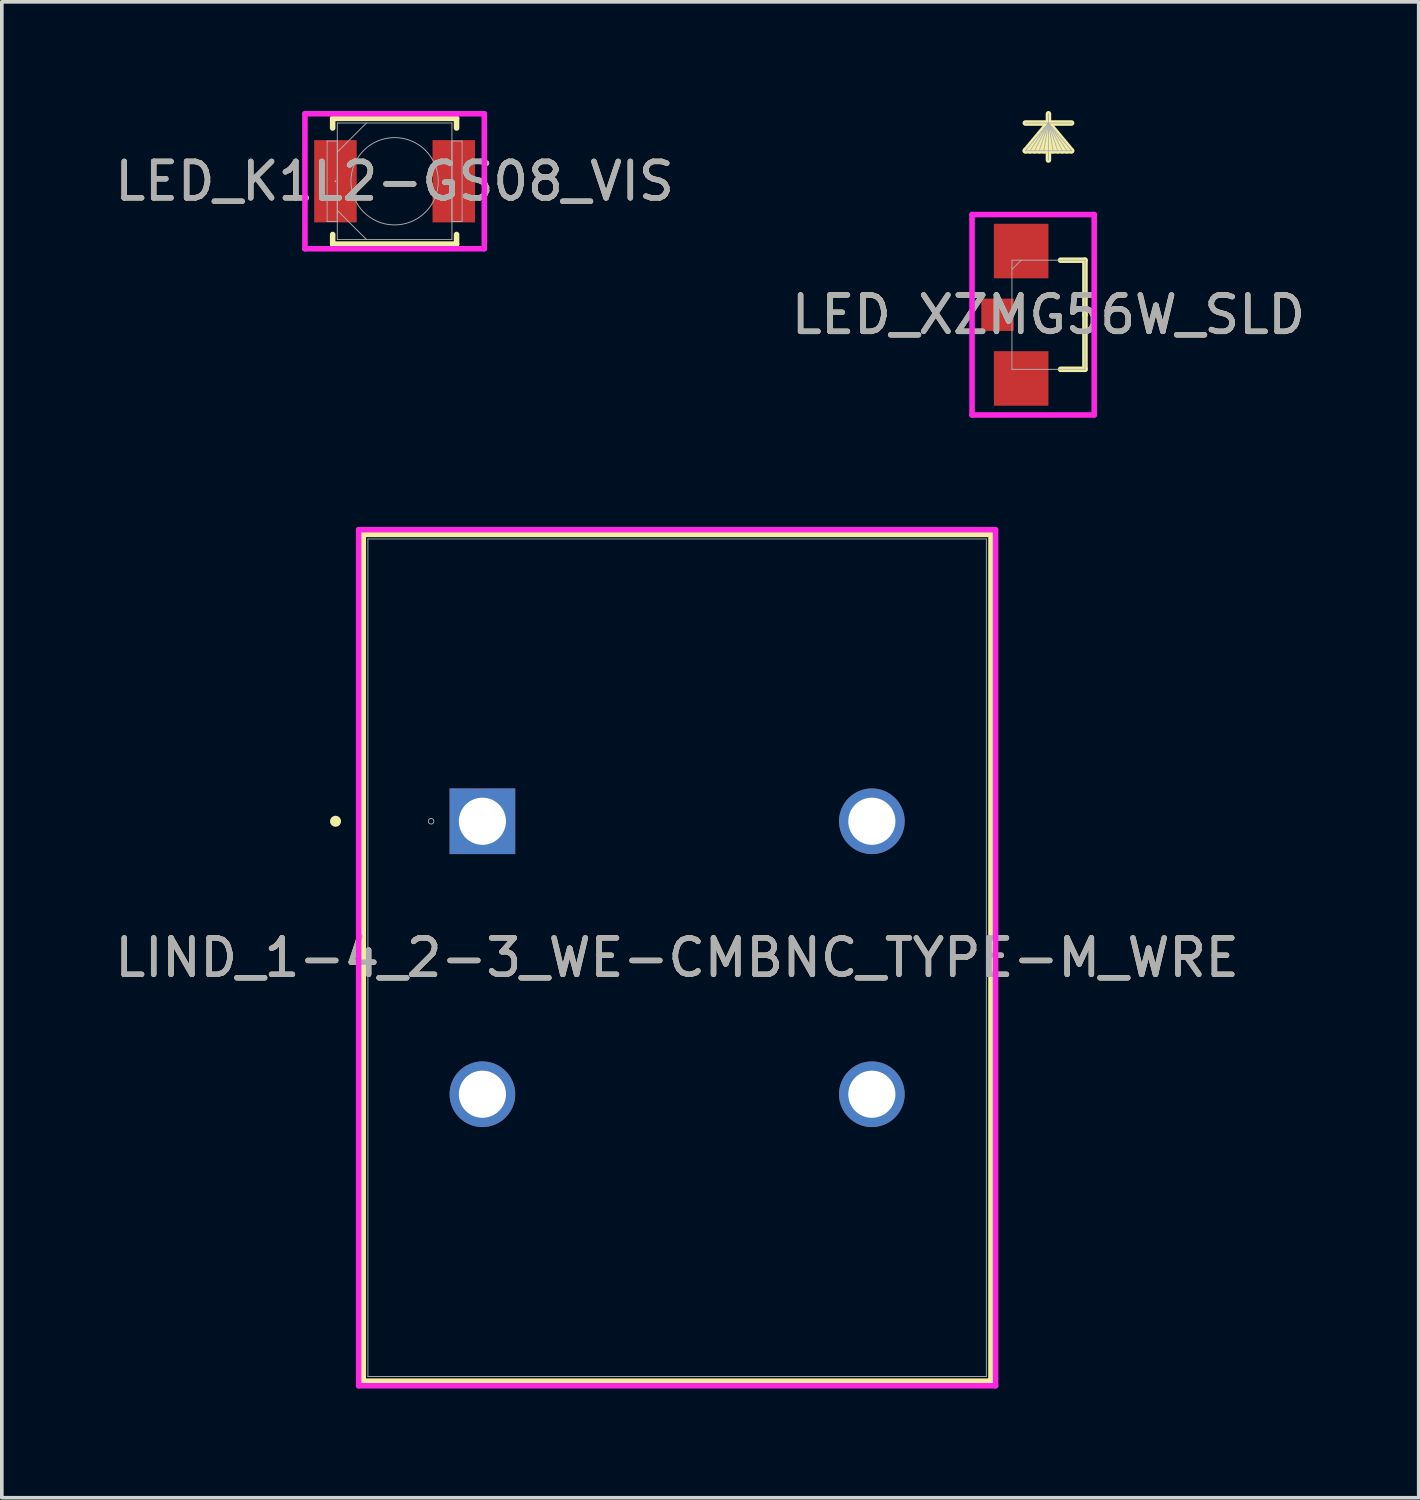
<source format=kicad_pcb>
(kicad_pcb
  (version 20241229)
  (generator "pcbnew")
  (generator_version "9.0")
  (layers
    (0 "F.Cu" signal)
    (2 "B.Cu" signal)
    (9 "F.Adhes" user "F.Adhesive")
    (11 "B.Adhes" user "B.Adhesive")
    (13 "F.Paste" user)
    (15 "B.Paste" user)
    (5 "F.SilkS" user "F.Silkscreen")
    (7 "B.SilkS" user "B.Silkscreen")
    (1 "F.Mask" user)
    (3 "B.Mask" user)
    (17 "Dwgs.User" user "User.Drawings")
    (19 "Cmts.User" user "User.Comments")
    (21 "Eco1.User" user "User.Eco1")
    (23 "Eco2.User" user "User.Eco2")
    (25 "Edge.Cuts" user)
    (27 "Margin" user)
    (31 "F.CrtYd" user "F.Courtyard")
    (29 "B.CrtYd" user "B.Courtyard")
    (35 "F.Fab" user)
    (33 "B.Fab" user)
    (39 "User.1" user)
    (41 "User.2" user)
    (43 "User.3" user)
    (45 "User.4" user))
  (footprint "LIND_1-4_2-3_WE-CMBNC_TYPE-M_WRE"
    (layer "F.Cu")
    (at 10.204 19.514)
    (property "Reference" "LIND_1-4_2-3_WE-CMBNC_TYPE-M_WRE" (at 5.35 3.75 0) (unlocked yes) (layer "F.SilkS") (effects (font (size 1 1) (thickness 0.15))))
    (attr through_hole)
    (fp_line (start -3.273 -7.883) (end -3.273 15.383) (stroke (width 0.152) (type solid)) (layer "F.SilkS"))
    (fp_line (start 13.973 -7.883) (end -3.273 -7.883) (stroke (width 0.152) (type solid)) (layer "F.SilkS"))
    (fp_line (start 13.973 -7.883) (end 13.973 15.383) (stroke (width 0.152) (type solid)) (layer "F.SilkS"))
    (fp_line (start 13.973 15.383) (end -3.273 15.383) (stroke (width 0.152) (type solid)) (layer "F.SilkS"))
    (fp_circle (center -4.035 0) (end -3.959 0) (stroke (width 0.152) (type solid)) (fill no) (layer "F.SilkS"))
    (fp_line (start -3.4 -8.01) (end 14.1 -8.01) (stroke (width 0.152) (type solid)) (layer "F.CrtYd"))
    (fp_line (start -3.4 15.51) (end -3.4 -8.01) (stroke (width 0.152) (type solid)) (layer "F.CrtYd"))
    (fp_line (start 14.1 -8.01) (end 14.1 15.51) (stroke (width 0.152) (type solid)) (layer "F.CrtYd"))
    (fp_line (start 14.1 15.51) (end -3.4 15.51) (stroke (width 0.152) (type solid)) (layer "F.CrtYd"))
    (fp_line (start -3.146 -7.756) (end -3.146 15.256) (stroke (width 0.025) (type solid)) (layer "F.Fab"))
    (fp_line (start 13.846 -7.756) (end -3.146 -7.756) (stroke (width 0.025) (type solid)) (layer "F.Fab"))
    (fp_line (start 13.846 -7.756) (end 13.846 15.256) (stroke (width 0.025) (type solid)) (layer "F.Fab"))
    (fp_line (start 13.846 15.256) (end -3.146 15.256) (stroke (width 0.025) (type solid)) (layer "F.Fab"))
    (fp_circle (center -1.41 0) (end -1.333 0) (stroke (width 0.025) (type solid)) (fill no) (layer "F.Fab"))
    (fp_text user "${REFERENCE}" (at 5.35 3.75 0) (unlocked yes) (layer "F.Fab") (effects (font (size 1 1) (thickness 0.15))))
    (pad "1" thru_hole rect (at 0 0) (size 1.803 1.803) (drill 1.295) (layers "*.Cu" "*.Mask"))
    (pad "2" thru_hole circle (at 0 7.5) (size 1.803 1.803) (drill 1.295) (layers "*.Cu" "*.Mask"))
    (pad "3" thru_hole circle (at 10.7 7.5) (size 1.803 1.803) (drill 1.295) (layers "*.Cu" "*.Mask"))
    (pad "4" thru_hole circle (at 10.7 0) (size 1.803 1.803) (drill 1.295) (layers "*.Cu" "*.Mask")))
  (footprint "LED_K1L2-GS08_VIS"
    (layer "F.Cu")
    (at 7.792 1.93)
    (property "Reference" "LED_K1L2-GS08_VIS" (at 0 0 0) (unlocked yes) (layer "F.SilkS") (effects (font (size 1 1) (thickness 0.15))))
    (attr smd)
    (fp_line (start -1.702 -1.727) (end -1.702 -1.463) (stroke (width 0.152) (type solid)) (layer "F.SilkS"))
    (fp_line (start -1.702 1.463) (end -1.702 1.727) (stroke (width 0.152) (type solid)) (layer "F.SilkS"))
    (fp_line (start -1.702 1.727) (end 1.702 1.727) (stroke (width 0.152) (type solid)) (layer "F.SilkS"))
    (fp_line (start 1.702 -1.727) (end -1.702 -1.727) (stroke (width 0.152) (type solid)) (layer "F.SilkS"))
    (fp_line (start 1.702 -1.463) (end 1.702 -1.727) (stroke (width 0.152) (type solid)) (layer "F.SilkS"))
    (fp_line (start 1.702 1.727) (end 1.702 1.463) (stroke (width 0.152) (type solid)) (layer "F.SilkS"))
    (fp_line (start -2.464 -1.854) (end 2.464 -1.854) (stroke (width 0.152) (type solid)) (layer "F.CrtYd"))
    (fp_line (start -2.464 1.854) (end -2.464 -1.854) (stroke (width 0.152) (type solid)) (layer "F.CrtYd"))
    (fp_line (start 2.464 -1.854) (end 2.464 1.854) (stroke (width 0.152) (type solid)) (layer "F.CrtYd"))
    (fp_line (start 2.464 1.854) (end -2.464 1.854) (stroke (width 0.152) (type solid)) (layer "F.CrtYd"))
    (fp_line (start -1.854 -1.105) (end -1.854 1.105) (stroke (width 0.025) (type solid)) (layer "F.Fab"))
    (fp_line (start -1.854 1.105) (end -1.575 1.105) (stroke (width 0.025) (type solid)) (layer "F.Fab"))
    (fp_line (start -1.575 -1.6) (end -1.575 1.6) (stroke (width 0.025) (type solid)) (layer "F.Fab"))
    (fp_line (start -1.575 -1.105) (end -1.854 -1.105) (stroke (width 0.025) (type solid)) (layer "F.Fab"))
    (fp_line (start -1.575 -0.8) (end -0.775 -1.6) (stroke (width 0.025) (type solid)) (layer "F.Fab"))
    (fp_line (start -1.575 0.8) (end -0.775 1.6) (stroke (width 0.025) (type solid)) (layer "F.Fab"))
    (fp_line (start -1.575 1.105) (end -1.575 -1.105) (stroke (width 0.025) (type solid)) (layer "F.Fab"))
    (fp_line (start -1.575 1.6) (end 1.575 1.6) (stroke (width 0.025) (type solid)) (layer "F.Fab"))
    (fp_line (start 1.575 -1.6) (end -1.575 -1.6) (stroke (width 0.025) (type solid)) (layer "F.Fab"))
    (fp_line (start 1.575 -1.105) (end 1.575 1.105) (stroke (width 0.025) (type solid)) (layer "F.Fab"))
    (fp_line (start 1.575 1.105) (end 1.854 1.105) (stroke (width 0.025) (type solid)) (layer "F.Fab"))
    (fp_line (start 1.575 1.6) (end 1.575 -1.6) (stroke (width 0.025) (type solid)) (layer "F.Fab"))
    (fp_line (start 1.854 -1.105) (end 1.575 -1.105) (stroke (width 0.025) (type solid)) (layer "F.Fab"))
    (fp_line (start 1.854 1.105) (end 1.854 -1.105) (stroke (width 0.025) (type solid)) (layer "F.Fab"))
    (fp_circle (center -1.626 0) (end -1.626 0) (stroke (width 0.025) (type solid)) (fill no) (layer "F.Fab"))
    (fp_circle (center 0 0) (end -1.073 0.537) (stroke (width 0.025) (type solid)) (fill no) (layer "F.Fab"))
    (fp_text user "${REFERENCE}" (at 0 0 0) (unlocked yes) (layer "F.Fab") (effects (font (size 1 1) (thickness 0.15))))
    (pad "1" smd rect (at -1.626 0) (size 1.168 2.261) (layers "F.Cu" "F.Mask" "F.Paste"))
    (pad "2" smd rect (at 1.626 0) (size 1.168 2.261) (layers "F.Cu" "F.Mask" "F.Paste"))
    (zone (net_name "") (layer "F.Cu") (hatch full 0.508) (connect_pads) (min_thickness 0.254) (filled_areas_thickness no) (keepout (tracks not_allowed) (vias not_allowed) (pads allowed) (copperpour not_allowed) (footprints allowed)) (placement (enabled no)) (fill) (polygon (pts (xy 6.801 0.381) (xy 8.782 0.381) (xy 8.782 3.48) (xy 6.801 3.48)))))
  (footprint "LED_XZMG56W_SLD"
    (layer "F.Cu")
    (at 25.756 5.598)
    (property "Reference" "LED_XZMG56W_SLD" (at 0 0 0) (unlocked yes) (layer "F.SilkS") (effects (font (size 1 1) (thickness 0.15))))
    (attr smd)
    (fp_line (start 0 -5.268) (end -0.635 -4.506) (stroke (width 0.152) (type solid)) (layer "F.SilkS"))
    (fp_line (start 0 -5.268) (end -0.508 -4.506) (stroke (width 0.152) (type solid)) (layer "F.SilkS"))
    (fp_line (start 0 -5.268) (end -0.381 -4.506) (stroke (width 0.152) (type solid)) (layer "F.SilkS"))
    (fp_line (start 0 -5.268) (end -0.254 -4.506) (stroke (width 0.152) (type solid)) (layer "F.SilkS"))
    (fp_line (start 0 -5.268) (end -0.127 -4.506) (stroke (width 0.152) (type solid)) (layer "F.SilkS"))
    (fp_line (start 0 -5.268) (end 0.127 -4.506) (stroke (width 0.152) (type solid)) (layer "F.SilkS"))
    (fp_line (start 0 -5.268) (end 0.254 -4.506) (stroke (width 0.152) (type solid)) (layer "F.SilkS"))
    (fp_line (start 0 -5.268) (end 0.381 -4.506) (stroke (width 0.152) (type solid)) (layer "F.SilkS"))
    (fp_line (start 0 -5.268) (end 0.508 -4.506) (stroke (width 0.152) (type solid)) (layer "F.SilkS"))
    (fp_line (start 0 -5.268) (end 0.635 -4.506) (stroke (width 0.152) (type solid)) (layer "F.SilkS"))
    (fp_line (start 0 -4.252) (end 0 -5.522) (stroke (width 0.152) (type solid)) (layer "F.SilkS"))
    (fp_line (start 0.332 -1.499) (end 1.003 -1.499) (stroke (width 0.152) (type solid)) (layer "F.SilkS"))
    (fp_line (start 0.332 1.499) (end 1.003 1.499) (stroke (width 0.152) (type solid)) (layer "F.SilkS"))
    (fp_line (start 0.635 -5.268) (end -0.635 -5.268) (stroke (width 0.152) (type solid)) (layer "F.SilkS"))
    (fp_line (start 0.635 -4.506) (end -0.635 -4.506) (stroke (width 0.152) (type solid)) (layer "F.SilkS"))
    (fp_line (start 1.003 0) (end 1.003 -1.499) (stroke (width 0.152) (type solid)) (layer "F.SilkS"))
    (fp_line (start 1.003 0) (end 1.003 1.499) (stroke (width 0.152) (type solid)) (layer "F.SilkS"))
    (fp_line (start -2.099 -2.753) (end 1.257 -2.753) (stroke (width 0.152) (type solid)) (layer "F.CrtYd"))
    (fp_line (start -2.099 2.753) (end -2.099 -2.753) (stroke (width 0.152) (type solid)) (layer "F.CrtYd"))
    (fp_line (start 1.257 -2.753) (end 1.257 2.753) (stroke (width 0.152) (type solid)) (layer "F.CrtYd"))
    (fp_line (start 1.257 2.753) (end -2.099 2.753) (stroke (width 0.152) (type solid)) (layer "F.CrtYd"))
    (fp_line (start -1.003 -1.499) (end 1.003 -1.499) (stroke (width 0.025) (type solid)) (layer "F.Fab"))
    (fp_line (start -1.003 0) (end -1.003 -1.499) (stroke (width 0.025) (type solid)) (layer "F.Fab"))
    (fp_line (start -1.003 0) (end -1.003 1.499) (stroke (width 0.025) (type solid)) (layer "F.Fab"))
    (fp_line (start -1.003 1.499) (end 1.003 1.499) (stroke (width 0.025) (type solid)) (layer "F.Fab"))
    (fp_line (start -0.749 -1.499) (end -1.003 -1.245) (stroke (width 0.025) (type solid)) (layer "F.Fab"))
    (fp_line (start 0 -5.268) (end -0.635 -4.506) (stroke (width 0.025) (type solid)) (layer "F.Fab"))
    (fp_line (start 0 -5.268) (end -0.508 -4.506) (stroke (width 0.025) (type solid)) (layer "F.Fab"))
    (fp_line (start 0 -5.268) (end -0.381 -4.506) (stroke (width 0.025) (type solid)) (layer "F.Fab"))
    (fp_line (start 0 -5.268) (end -0.254 -4.506) (stroke (width 0.025) (type solid)) (layer "F.Fab"))
    (fp_line (start 0 -5.268) (end -0.127 -4.506) (stroke (width 0.025) (type solid)) (layer "F.Fab"))
    (fp_line (start 0 -5.268) (end 0.127 -4.506) (stroke (width 0.025) (type solid)) (layer "F.Fab"))
    (fp_line (start 0 -5.268) (end 0.254 -4.506) (stroke (width 0.025) (type solid)) (layer "F.Fab"))
    (fp_line (start 0 -5.268) (end 0.381 -4.506) (stroke (width 0.025) (type solid)) (layer "F.Fab"))
    (fp_line (start 0 -5.268) (end 0.508 -4.506) (stroke (width 0.025) (type solid)) (layer "F.Fab"))
    (fp_line (start 0 -5.268) (end 0.635 -4.506) (stroke (width 0.025) (type solid)) (layer "F.Fab"))
    (fp_line (start 0 -4.252) (end 0 -5.522) (stroke (width 0.025) (type solid)) (layer "F.Fab"))
    (fp_line (start 0.635 -5.268) (end -0.635 -5.268) (stroke (width 0.025) (type solid)) (layer "F.Fab"))
    (fp_line (start 0.635 -4.506) (end -0.635 -4.506) (stroke (width 0.025) (type solid)) (layer "F.Fab"))
    (fp_line (start 1.003 0) (end 1.003 -1.499) (stroke (width 0.025) (type solid)) (layer "F.Fab"))
    (fp_line (start 1.003 0) (end 1.003 1.499) (stroke (width 0.025) (type solid)) (layer "F.Fab"))
    (fp_text user "${REFERENCE}" (at 0 0 0) (unlocked yes) (layer "F.Fab") (effects (font (size 1 1) (thickness 0.15))))
    (pad "1" smd rect (at -0.75 -1.75) (size 1.499 1.499) (layers "F.Cu" "F.Mask" "F.Paste"))
    (pad "2" smd rect (at -0.75 1.75) (size 1.499 1.499) (layers "F.Cu" "F.Mask" "F.Paste"))
    (pad "3" smd rect (at -1.4 0) (size 0.889 0.889) (layers "F.Cu" "F.Mask" "F.Paste")))
  (gr_rect
    (start -3 -3)
    (end 35.929 38.1)
    (stroke (width 0.1) (type default))
    (fill no)
    (layer "Edge.Cuts")))
</source>
